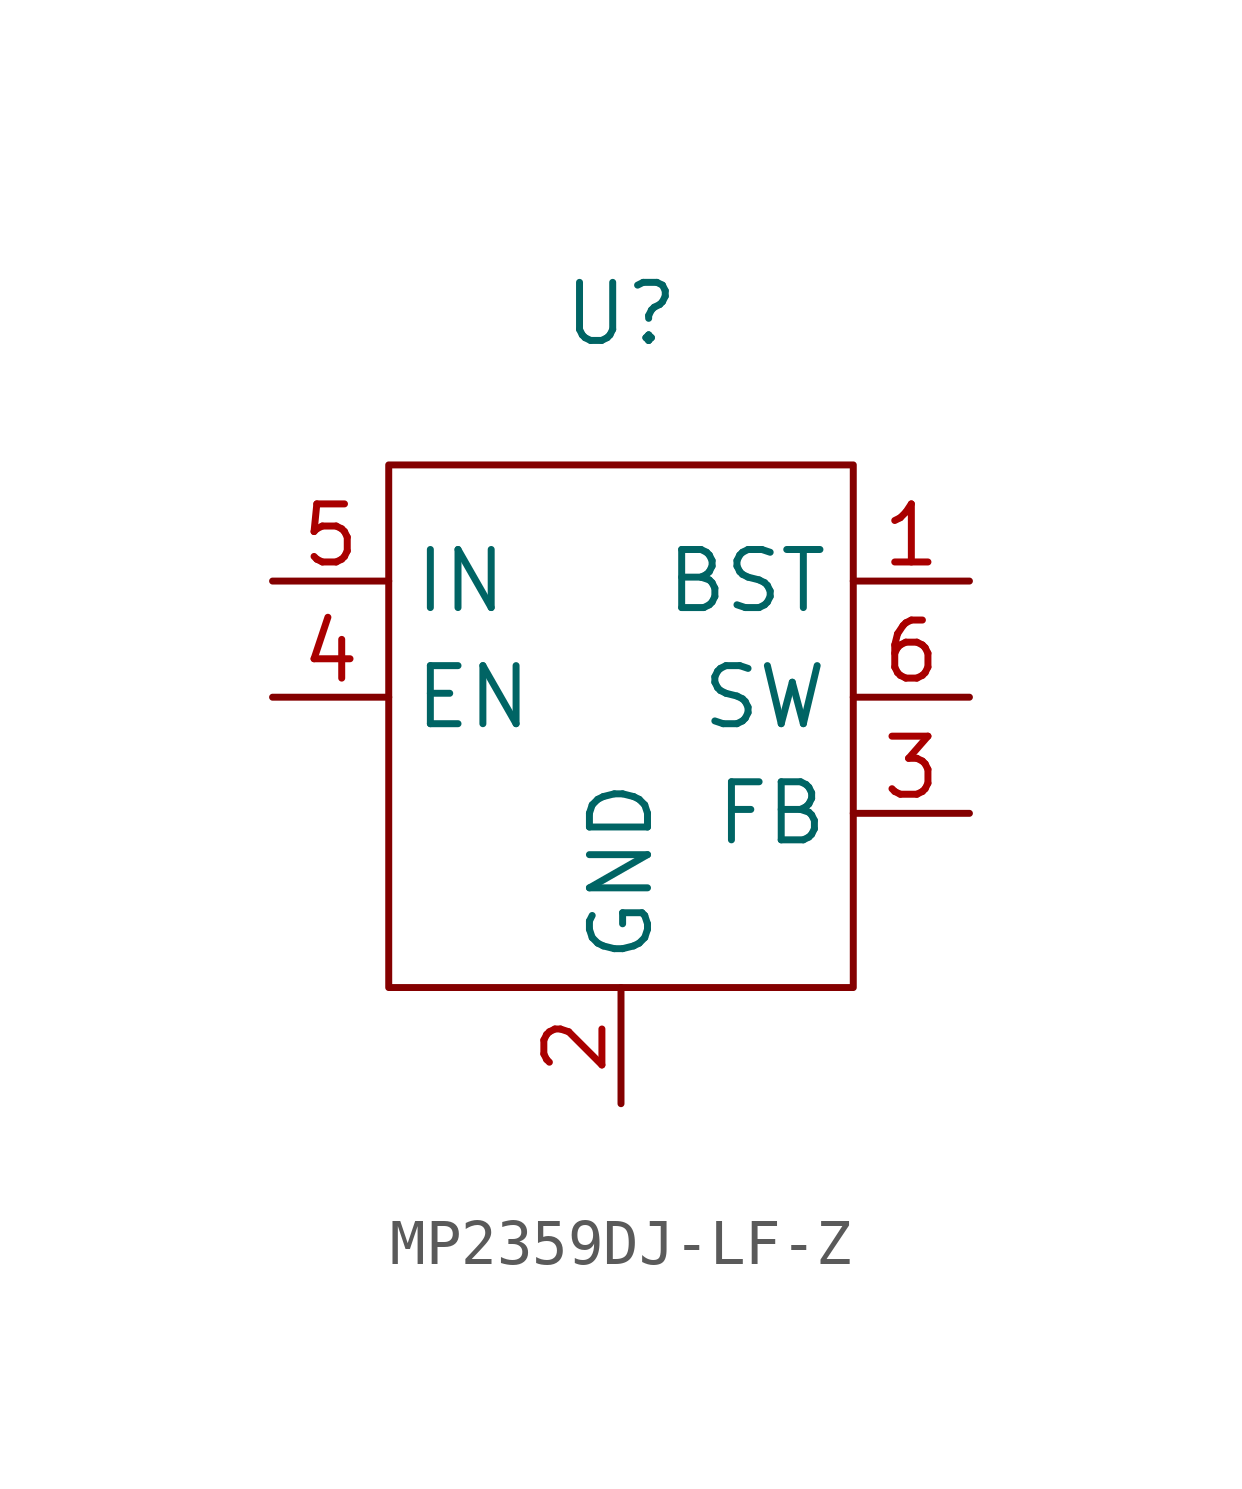
<source format=kicad_sym>
(kicad_symbol_lib
  (version 20231120)
  (generator "kicad_symbol_editor")
  (generator_version "8.0")
  (symbol "MP2359DJ-LF-Z"
    (property "Reference" "U"
      (at 0 8.382 0)
      (effects (font (size 1.27 1.27))))
    (property "Value" ""
      (at 0 0 0)
      (effects (font (size 1.27 1.27))))
    (symbol "MP2359DJ-LF-Z_0_1"
      (rectangle (start -5.08 5.08) (end 5.08 -6.35) (stroke (width 0) (type default)) (fill (type none))))
    (symbol "MP2359DJ-LF-Z_1_1"
      (pin input line (at 7.62 2.54 180) (length 2.54) (name "BST" (effects (font (size 1.27 1.27)))) (number "1" (effects (font (size 1.27 1.27)))))
      (pin input line (at 0 -8.89 90) (length 2.54) (name "GND" (effects (font (size 1.27 1.27)))) (number "2" (effects (font (size 1.27 1.27)))))
      (pin input line (at 7.62 -2.54 180) (length 2.54) (name "FB" (effects (font (size 1.27 1.27)))) (number "3" (effects (font (size 1.27 1.27)))))
      (pin input line (at -7.62 0 0) (length 2.54) (name "EN" (effects (font (size 1.27 1.27)))) (number "4" (effects (font (size 1.27 1.27)))))
      (pin input line (at -7.62 2.54 0) (length 2.54) (name "IN" (effects (font (size 1.27 1.27)))) (number "5" (effects (font (size 1.27 1.27)))))
      (pin input line (at 7.62 0 180) (length 2.54) (name "SW" (effects (font (size 1.27 1.27)))) (number "6" (effects (font (size 1.27 1.27))))))))
</source>
